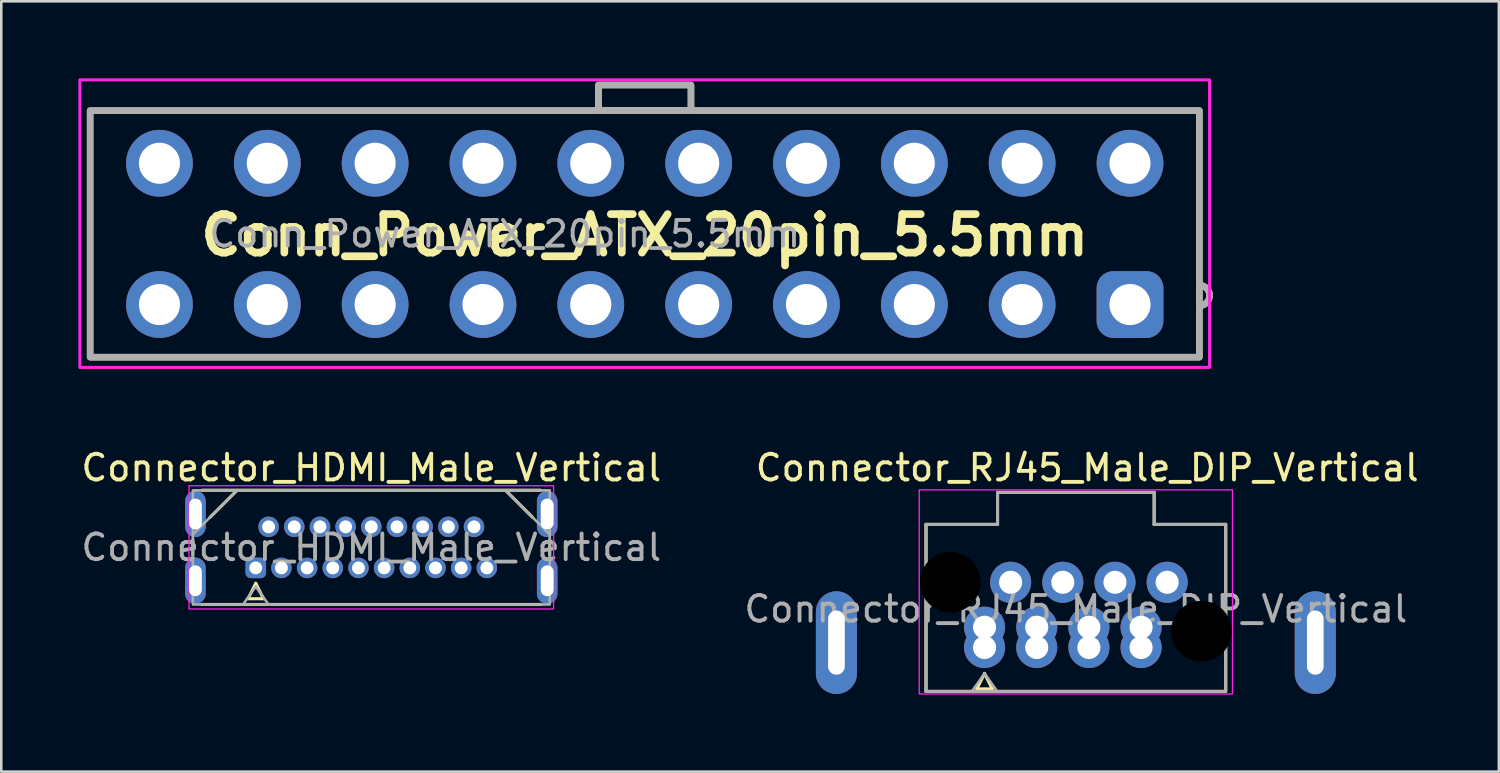
<source format=kicad_pcb>
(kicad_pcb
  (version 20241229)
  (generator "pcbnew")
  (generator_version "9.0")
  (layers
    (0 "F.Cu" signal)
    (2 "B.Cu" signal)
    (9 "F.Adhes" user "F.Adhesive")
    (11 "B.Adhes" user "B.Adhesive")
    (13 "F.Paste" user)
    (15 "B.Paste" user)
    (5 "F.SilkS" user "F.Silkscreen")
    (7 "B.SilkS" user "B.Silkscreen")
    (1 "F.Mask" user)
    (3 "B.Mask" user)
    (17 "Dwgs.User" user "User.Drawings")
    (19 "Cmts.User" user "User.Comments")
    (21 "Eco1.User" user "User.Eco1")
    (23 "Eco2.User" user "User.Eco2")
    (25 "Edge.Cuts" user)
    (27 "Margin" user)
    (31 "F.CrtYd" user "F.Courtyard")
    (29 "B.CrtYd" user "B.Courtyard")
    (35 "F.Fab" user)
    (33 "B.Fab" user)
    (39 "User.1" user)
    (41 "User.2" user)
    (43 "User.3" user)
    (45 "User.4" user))
  (footprint "Connector_HDMI_Male_Vertical"
    (layer "F.Cu")
    (at 6.911 19.068)
    (property "Reference" "Connector_HDMI_Male_Vertical" (at 4.5 -3.9 0) (unlocked yes) (layer "F.SilkS") (effects (font (size 1 1) (thickness 0.15))))
    (attr through_hole)
    (fp_line (start -2.45 -0.5) (end -2.45 -1.1) (stroke (width 0.12) (type solid)) (layer "F.SilkS"))
    (fp_line (start -2.1 -3.025) (end 11.1 -3.025) (stroke (width 0.12) (type solid)) (layer "F.SilkS"))
    (fp_line (start -2.1 1.425) (end 11.1 1.425) (stroke (width 0.12) (type solid)) (layer "F.SilkS"))
    (fp_line (start -1.78 -1.97) (end -0.73 -3.02) (stroke (width 0.12) (type solid)) (layer "F.SilkS"))
    (fp_line (start -0.3 1.2) (end 0.3 1.2) (stroke (width 0.12) (type solid)) (layer "F.SilkS"))
    (fp_line (start 0 0.6) (end -0.3 1.2) (stroke (width 0.12) (type solid)) (layer "F.SilkS"))
    (fp_line (start 0.3 1.2) (end 0 0.6) (stroke (width 0.12) (type solid)) (layer "F.SilkS"))
    (fp_line (start 10.78 -1.97) (end 9.73 -3.02) (stroke (width 0.12) (type solid)) (layer "F.SilkS"))
    (fp_line (start 11.45 -0.5) (end 11.45 -1.1) (stroke (width 0.12) (type solid)) (layer "F.SilkS"))
    (fp_rect (start -2.6 -3.2) (end 11.6 1.6) (stroke (width 0.05) (type default)) (fill no) (layer "F.CrtYd"))
    (fp_line (start -2.45 -1.3) (end -0.73 -3.02) (stroke (width 0.1) (type default)) (layer "F.Fab"))
    (fp_line (start 0 0.723) (end -0.5 1.43) (stroke (width 0.1) (type solid)) (layer "F.Fab"))
    (fp_line (start 0.5 1.43) (end 0 0.723) (stroke (width 0.1) (type solid)) (layer "F.Fab"))
    (fp_line (start 9.73 -3.02) (end 11.45 -1.3) (stroke (width 0.1) (type default)) (layer "F.Fab"))
    (fp_rect (start -2.45 -3.02) (end 11.45 1.425) (stroke (width 0.1) (type default)) (fill no) (layer "F.Fab"))
    (fp_text user "${REFERENCE}" (at 4.5 -0.797 0) (unlocked yes) (layer "F.Fab") (effects (font (size 1 1) (thickness 0.15))))
    (pad "1" thru_hole roundrect (at 0 0) (size 0.8 0.8) (drill 0.5) (layers "*.Cu" "*.Mask") (roundrect_rratio 0.25))
    (pad "2" thru_hole circle (at 0.5 -1.6) (size 0.8 0.8) (drill 0.5) (layers "*.Cu" "*.Mask"))
    (pad "3" thru_hole circle (at 1 0) (size 0.8 0.8) (drill 0.5) (layers "*.Cu" "*.Mask"))
    (pad "4" thru_hole circle (at 1.5 -1.6) (size 0.8 0.8) (drill 0.5) (layers "*.Cu" "*.Mask"))
    (pad "5" thru_hole circle (at 2 0) (size 0.8 0.8) (drill 0.5) (layers "*.Cu" "*.Mask"))
    (pad "6" thru_hole circle (at 2.5 -1.6) (size 0.8 0.8) (drill 0.5) (layers "*.Cu" "*.Mask"))
    (pad "7" thru_hole circle (at 3 0) (size 0.8 0.8) (drill 0.5) (layers "*.Cu" "*.Mask"))
    (pad "8" thru_hole circle (at 3.5 -1.6) (size 0.8 0.8) (drill 0.5) (layers "*.Cu" "*.Mask"))
    (pad "9" thru_hole circle (at 4 0) (size 0.8 0.8) (drill 0.5) (layers "*.Cu" "*.Mask"))
    (pad "10" thru_hole circle (at 4.5 -1.6) (size 0.8 0.8) (drill 0.5) (layers "*.Cu" "*.Mask"))
    (pad "11" thru_hole circle (at 5 0) (size 0.8 0.8) (drill 0.5) (layers "*.Cu" "*.Mask"))
    (pad "12" thru_hole circle (at 5.5 -1.6) (size 0.8 0.8) (drill 0.5) (layers "*.Cu" "*.Mask"))
    (pad "13" thru_hole circle (at 6 0) (size 0.8 0.8) (drill 0.5) (layers "*.Cu" "*.Mask"))
    (pad "14" thru_hole circle (at 6.5 -1.6) (size 0.8 0.8) (drill 0.5) (layers "*.Cu" "*.Mask"))
    (pad "15" thru_hole circle (at 7 0) (size 0.8 0.8) (drill 0.5) (layers "*.Cu" "*.Mask"))
    (pad "16" thru_hole circle (at 7.5 -1.6) (size 0.8 0.8) (drill 0.5) (layers "*.Cu" "*.Mask"))
    (pad "17" thru_hole circle (at 8 0) (size 0.8 0.8) (drill 0.5) (layers "*.Cu" "*.Mask"))
    (pad "18" thru_hole circle (at 8.5 -1.6) (size 0.8 0.8) (drill 0.5) (layers "*.Cu" "*.Mask"))
    (pad "19" thru_hole circle (at 9 0) (size 0.8 0.8) (drill 0.5) (layers "*.Cu" "*.Mask"))
    (pad "MP" thru_hole oval (at -2.35 -2.1) (size 0.8 1.8) (drill oval 0.5 1.2) (layers "*.Cu" "*.Mask"))
    (pad "MP" thru_hole oval (at -2.35 0.5) (size 0.8 1.8) (drill oval 0.5 1.2) (layers "*.Cu" "*.Mask"))
    (pad "MP" thru_hole oval (at 11.35 -2.1) (size 0.8 1.8) (drill oval 0.5 1.2) (layers "*.Cu" "*.Mask"))
    (pad "MP" thru_hole oval (at 11.35 0.5) (size 0.8 1.8) (drill oval 0.5 1.2) (layers "*.Cu" "*.Mask")))
  (footprint "Connector_RJ45_Male_DIP_Vertical"
    (layer "F.Cu")
    (at 35.295 22.168)
    (property "Reference" "Connector_RJ45_Male_DIP_Vertical" (at 4 -7 0) (unlocked yes) (layer "F.SilkS") (effects (font (size 1 1) (thickness 0.15))))
    (attr through_hole)
    (fp_line (start -2.284 1.71) (end 9.316 1.71) (stroke (width 0.12) (type default)) (layer "F.SilkS"))
    (fp_line (start -2.28 -4.795) (end 0.506 -4.795) (stroke (width 0.12) (type default)) (layer "F.SilkS"))
    (fp_line (start -2.28 1.71) (end -2.28 -4.795) (stroke (width 0.12) (type default)) (layer "F.SilkS"))
    (fp_line (start -0.3 1.61) (end 0.3 1.61) (stroke (width 0.12) (type solid)) (layer "F.SilkS"))
    (fp_line (start 0 1.01) (end -0.3 1.61) (stroke (width 0.12) (type solid)) (layer "F.SilkS"))
    (fp_line (start 0.3 1.61) (end 0 1.01) (stroke (width 0.12) (type solid)) (layer "F.SilkS"))
    (fp_line (start 0.506 -6.04) (end 6.606 -6.04) (stroke (width 0.12) (type default)) (layer "F.SilkS"))
    (fp_line (start 0.506 -4.795) (end 0.506 -6.04) (stroke (width 0.12) (type default)) (layer "F.SilkS"))
    (fp_line (start 6.606 -6.04) (end 6.606 -4.795) (stroke (width 0.12) (type default)) (layer "F.SilkS"))
    (fp_line (start 6.606 -4.795) (end 9.392 -4.795) (stroke (width 0.12) (type default)) (layer "F.SilkS"))
    (fp_line (start 9.392 1.71) (end 9.392 -4.795) (stroke (width 0.12) (type default)) (layer "F.SilkS"))
    (fp_rect (start -2.544 -6.14) (end 9.656 1.81) (stroke (width 0.05) (type solid)) (fill no) (layer "F.CrtYd"))
    (fp_line (start -2.284 1.71) (end 9.316 1.71) (stroke (width 0.12) (type default)) (layer "F.Fab"))
    (fp_line (start -2.28 -4.795) (end 0.506 -4.795) (stroke (width 0.12) (type default)) (layer "F.Fab"))
    (fp_line (start -2.28 1.71) (end -2.28 -4.795) (stroke (width 0.12) (type default)) (layer "F.Fab"))
    (fp_line (start 0 1.01) (end -0.5 1.717) (stroke (width 0.1) (type solid)) (layer "F.Fab"))
    (fp_line (start 0.5 1.717) (end 0 1.01) (stroke (width 0.1) (type solid)) (layer "F.Fab"))
    (fp_line (start 0.506 -6.04) (end 6.606 -6.04) (stroke (width 0.12) (type default)) (layer "F.Fab"))
    (fp_line (start 0.506 -4.795) (end 0.506 -6.04) (stroke (width 0.12) (type default)) (layer "F.Fab"))
    (fp_line (start 6.606 -6.04) (end 6.606 -4.795) (stroke (width 0.12) (type default)) (layer "F.Fab"))
    (fp_line (start 6.606 -4.795) (end 9.392 -4.795) (stroke (width 0.12) (type default)) (layer "F.Fab"))
    (fp_line (start 9.392 1.71) (end 9.392 -4.795) (stroke (width 0.12) (type default)) (layer "F.Fab"))
    (fp_text user "${REFERENCE}" (at 3.556 -1.5 0) (unlocked yes) (layer "F.Fab") (effects (font (size 1 1) (thickness 0.15))))
    (pad "" np_thru_hole circle (at -1.334 -2.54) (size 2.36 2.36) (drill 2.36) (layers))
    (pad "" np_thru_hole circle (at 8.446 -0.635) (size 2.36 2.36) (drill 2.36) (layers))
    (pad "1" thru_hole circle (at 0 -0.79) (size 1.6 1.6) (drill 0.9) (layers "*.Cu" "*.Mask"))
    (pad "1" thru_hole circle (at 0 0) (size 1.6 1.6) (drill 0.9) (layers "*.Cu" "*.Mask"))
    (pad "2" thru_hole circle (at 1.016 -2.54) (size 1.6 1.6) (drill 0.9) (layers "*.Cu" "*.Mask"))
    (pad "3" thru_hole circle (at 2.032 -0.79) (size 1.6 1.6) (drill 0.9) (layers "*.Cu" "*.Mask"))
    (pad "3" thru_hole circle (at 2.032 0) (size 1.6 1.6) (drill 0.9) (layers "*.Cu" "*.Mask"))
    (pad "4" thru_hole circle (at 3.048 -2.54) (size 1.6 1.6) (drill 0.9) (layers "*.Cu" "*.Mask"))
    (pad "5" thru_hole circle (at 4.064 -0.79) (size 1.6 1.6) (drill 0.9) (layers "*.Cu" "*.Mask"))
    (pad "5" thru_hole circle (at 4.064 0) (size 1.6 1.6) (drill 0.9) (layers "*.Cu" "*.Mask"))
    (pad "6" thru_hole circle (at 5.08 -2.54) (size 1.6 1.6) (drill 0.9) (layers "*.Cu" "*.Mask"))
    (pad "7" thru_hole circle (at 6.096 -0.79) (size 1.6 1.6) (drill 0.9) (layers "*.Cu" "*.Mask"))
    (pad "7" thru_hole circle (at 6.096 0) (size 1.6 1.6) (drill 0.9) (layers "*.Cu" "*.Mask"))
    (pad "8" thru_hole circle (at 7.112 -2.54) (size 1.6 1.6) (drill 0.9) (layers "*.Cu" "*.Mask"))
    (pad "MP" thru_hole oval (at -5.769 -0.19 180) (size 1.6 4) (drill oval 0.65 2.5) (layers "*.Cu" "*.Mask"))
    (pad "MP" thru_hole oval (at 12.881 -0.19 180) (size 1.6 4) (drill oval 0.65 2.5) (layers "*.Cu" "*.Mask")))
  (footprint "Conn_Power_ATX_20pin_5.5mm"
    (layer "F.Cu")
    (at 22.06 6.06)
    (property "Reference" "Conn_Power_ATX_20pin_5.5mm" (at 0 0.05 0) (layer "F.SilkS") (effects (font (size 1.5 1.5) (thickness 0.3))))
    (property "Value" "${VALUE}" (at 3.6 -0.049 0) (layer "F.Fab") (hide yes) (effects (font (size 1 1) (thickness 0.15))))
    (fp_rect (start -21.6 -4.801) (end 21.6 4.801) (stroke (width 0.254) (type default)) (fill no) (layer "F.SilkS"))
    (fp_rect (start -1.801 -5.799) (end 1.801 -4.801) (stroke (width 0.254) (type default)) (fill no) (layer "F.SilkS"))
    (fp_arc (start 21.60016 1.99898) (mid 21.883927 2.116516) (end 22.00148 2.4003) (stroke (width 0.254) (type solid)) (layer "F.SilkS"))
    (fp_arc (start 21.99894 2.4003) (mid 21.882144 2.682301) (end 21.60016 2.79908) (stroke (width 0.254) (type solid)) (layer "F.SilkS"))
    (fp_rect (start -22 -6) (end 22 5.2) (stroke (width 0.12) (type default)) (fill no) (layer "F.CrtYd"))
    (fp_rect (start -21.599 -4.802) (end 21.601 4.799) (stroke (width 0.254) (type default)) (fill no) (layer "F.Fab"))
    (fp_rect (start -1.8 -5.8) (end 1.802 -4.802) (stroke (width 0.254) (type default)) (fill no) (layer "F.Fab"))
    (fp_arc (start 21.60102 1.9978) (mid 21.884822 2.11533) (end 22.00234 2.39912) (stroke (width 0.254) (type solid)) (layer "F.Fab"))
    (fp_arc (start 21.9998 2.39912) (mid 21.882998 2.681086) (end 21.60102 2.7979) (stroke (width 0.254) (type solid)) (layer "F.Fab"))
    (fp_text user "${REFERENCE}" (at -5.45 0 0) (layer "F.Fab") (effects (font (size 1 1) (thickness 0.15))))
    (pad "1" thru_hole roundrect (at 18.9 2.751) (size 2.601 2.601) (drill 1.6) (layers "*.Cu" "*.Mask") (roundrect_rratio 0.25))
    (pad "2" thru_hole circle (at 14.699 2.751) (size 2.601 2.601) (drill 1.6) (layers "*.Cu" "*.Mask"))
    (pad "3" thru_hole circle (at 10.5 2.751) (size 2.601 2.601) (drill 1.6) (layers "*.Cu" "*.Mask"))
    (pad "4" thru_hole circle (at 6.299 2.751) (size 2.601 2.601) (drill 1.6) (layers "*.Cu" "*.Mask"))
    (pad "5" thru_hole circle (at 2.101 2.751) (size 2.601 2.601) (drill 1.6) (layers "*.Cu" "*.Mask"))
    (pad "6" thru_hole circle (at -2.101 2.751) (size 2.601 2.601) (drill 1.6) (layers "*.Cu" "*.Mask"))
    (pad "7" thru_hole circle (at -6.299 2.751) (size 2.601 2.601) (drill 1.6) (layers "*.Cu" "*.Mask"))
    (pad "8" thru_hole circle (at -10.5 2.751) (size 2.601 2.601) (drill 1.6) (layers "*.Cu" "*.Mask"))
    (pad "9" thru_hole circle (at -14.699 2.751) (size 2.601 2.601) (drill 1.6) (layers "*.Cu" "*.Mask"))
    (pad "10" thru_hole circle (at -18.9 2.751) (size 2.601 2.601) (drill 1.6) (layers "*.Cu" "*.Mask"))
    (pad "11" thru_hole circle (at 18.9 -2.751) (size 2.601 2.601) (drill 1.6) (layers "*.Cu" "*.Mask"))
    (pad "12" thru_hole circle (at 14.699 -2.751) (size 2.601 2.601) (drill 1.6) (layers "*.Cu" "*.Mask"))
    (pad "13" thru_hole circle (at 10.5 -2.751) (size 2.601 2.601) (drill 1.6) (layers "*.Cu" "*.Mask"))
    (pad "14" thru_hole circle (at 6.299 -2.751) (size 2.601 2.601) (drill 1.6) (layers "*.Cu" "*.Mask"))
    (pad "15" thru_hole circle (at 2.101 -2.751) (size 2.601 2.601) (drill 1.6) (layers "*.Cu" "*.Mask"))
    (pad "16" thru_hole circle (at -2.101 -2.751) (size 2.601 2.601) (drill 1.6) (layers "*.Cu" "*.Mask"))
    (pad "17" thru_hole circle (at -6.299 -2.751) (size 2.601 2.601) (drill 1.6) (layers "*.Cu" "*.Mask"))
    (pad "18" thru_hole circle (at -10.5 -2.751) (size 2.601 2.601) (drill 1.6) (layers "*.Cu" "*.Mask"))
    (pad "19" thru_hole circle (at -14.699 -2.751) (size 2.601 2.601) (drill 1.6) (layers "*.Cu" "*.Mask"))
    (pad "20" thru_hole circle (at -18.9 -2.751) (size 2.601 2.601) (drill 1.6) (layers "*.Cu" "*.Mask")))
  (gr_rect
    (start -3 -3)
    (end 55.325 27.003)
    (stroke (width 0.1) (type default))
    (fill no)
    (layer "Edge.Cuts")))
</source>
